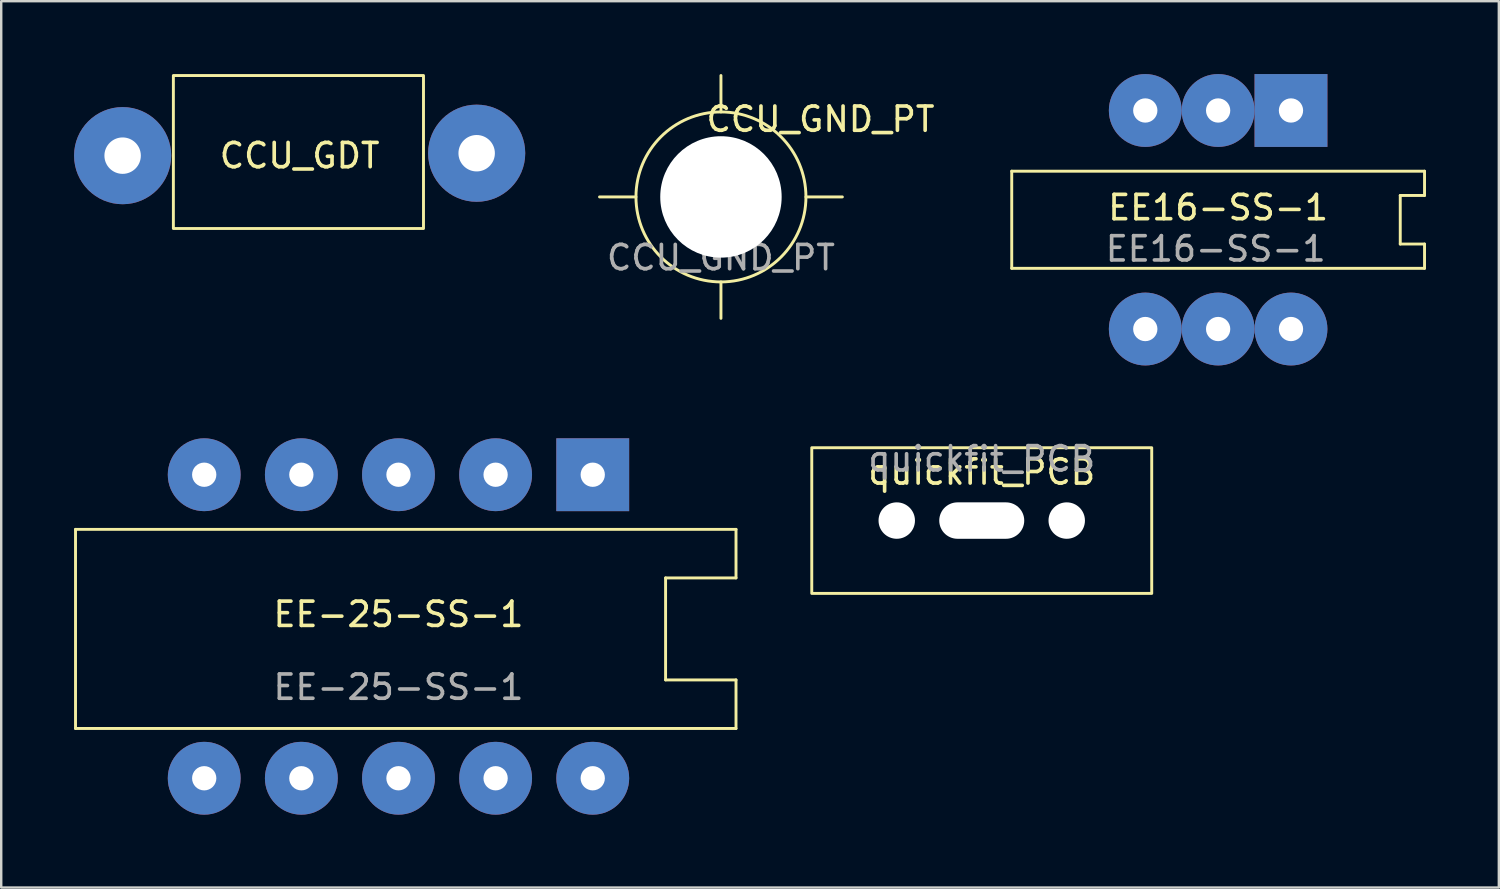
<source format=kicad_pcb>
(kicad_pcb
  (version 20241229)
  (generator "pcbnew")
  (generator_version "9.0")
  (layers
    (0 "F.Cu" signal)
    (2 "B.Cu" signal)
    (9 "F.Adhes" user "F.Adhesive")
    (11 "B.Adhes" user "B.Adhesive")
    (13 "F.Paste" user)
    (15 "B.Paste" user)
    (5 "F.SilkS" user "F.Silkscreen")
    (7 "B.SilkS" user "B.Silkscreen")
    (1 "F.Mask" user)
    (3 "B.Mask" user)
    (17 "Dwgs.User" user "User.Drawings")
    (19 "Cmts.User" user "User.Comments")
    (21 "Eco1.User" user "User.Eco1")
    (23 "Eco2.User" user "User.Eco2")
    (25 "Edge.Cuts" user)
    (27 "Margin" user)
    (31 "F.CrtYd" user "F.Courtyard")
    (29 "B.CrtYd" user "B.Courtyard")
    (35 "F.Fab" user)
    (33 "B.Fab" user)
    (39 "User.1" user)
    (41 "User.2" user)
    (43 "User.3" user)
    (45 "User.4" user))
  (footprint "CCU_GDT"
    (layer "F.Cu")
    (at 9.29 3.36)
    (property "Reference" "CCU_GDT" (at 0 0 0) (unlocked yes) (layer "F.SilkS") (effects (font (size 1 1) (thickness 0.15))))
    (attr through_hole)
    (fp_rect (start -5.2 -3.3) (end 5.1 3) (stroke (width 0.12) (type solid)) (fill no) (layer "F.SilkS"))
    (pad "1" thru_hole circle (at -7.29 0) (size 4 4) (drill 1.5) (layers "*.Cu" "*.Mask"))
    (pad "3" thru_hole circle (at 7.29 -0.1) (size 4 4) (drill 1.5) (layers "*.Cu" "*.Mask")))
  (footprint "CCU_GND_PT"
    (layer "F.Cu")
    (at 26.64 5.06)
    (property "Reference" "CCU_GND_PT" (at 4.1 -3.2 0) (unlocked yes) (layer "F.SilkS") (effects (font (size 1 1) (thickness 0.15))))
    (attr through_hole)
    (fp_line (start -3.5 0) (end -5 0) (stroke (width 0.12) (type solid)) (layer "F.SilkS"))
    (fp_line (start 0 -3.5) (end 0 -5) (stroke (width 0.12) (type solid)) (layer "F.SilkS"))
    (fp_line (start 0 3.5) (end 0 5) (stroke (width 0.12) (type solid)) (layer "F.SilkS"))
    (fp_line (start 3.5 0) (end 5 0) (stroke (width 0.12) (type solid)) (layer "F.SilkS"))
    (fp_circle (center 0 0) (end 3.5 0) (stroke (width 0.12) (type solid)) (fill no) (layer "F.SilkS"))
    (fp_text user "${REFERENCE}" (at 0 2.5 0) (unlocked yes) (layer "F.Fab") (effects (font (size 1 1) (thickness 0.15))))
    (pad "1" thru_hole circle (at 0 0) (size 7 7) (drill 5) (layers "*.Cu" "*.Mask") (remove_unused_layers yes) (zone_layer_connections)))
  (footprint "EE-25-SS-1"
    (layer "F.Cu")
    (at 13.36 22.75)
    (property "Reference" "EE-25-SS-1" (at 0 -0.5 0) (unlocked yes) (layer "F.SilkS") (effects (font (size 1 1) (thickness 0.15))))
    (attr through_hole)
    (fp_line (start -13.3 -4) (end -13.3 4.2) (stroke (width 0.12) (type solid)) (layer "F.SilkS"))
    (fp_line (start -13.3 4.2) (end 13.9 4.2) (stroke (width 0.12) (type solid)) (layer "F.SilkS"))
    (fp_line (start 11 -2) (end 13.9 -2) (stroke (width 0.12) (type solid)) (layer "F.SilkS"))
    (fp_line (start 11 2.2) (end 11 -2) (stroke (width 0.12) (type solid)) (layer "F.SilkS"))
    (fp_line (start 13.9 -4) (end -13.3 -4) (stroke (width 0.12) (type solid)) (layer "F.SilkS"))
    (fp_line (start 13.9 -4) (end 13.9 -2) (stroke (width 0.12) (type solid)) (layer "F.SilkS"))
    (fp_line (start 13.9 2.2) (end 11 2.2) (stroke (width 0.12) (type solid)) (layer "F.SilkS"))
    (fp_line (start 13.9 4.2) (end 13.9 2.2) (stroke (width 0.12) (type solid)) (layer "F.SilkS"))
    (fp_text user "${REFERENCE}" (at 0 2.5 0) (unlocked yes) (layer "F.Fab") (effects (font (size 1 1) (thickness 0.15))))
    (pad "1" thru_hole circle (at -8 -6.25) (size 3 3) (drill 1) (layers "*.Cu" "*.Mask"))
    (pad "1" thru_hole circle (at -4 -6.25) (size 3 3) (drill 1) (layers "*.Cu" "*.Mask"))
    (pad "1" thru_hole circle (at 0 -6.25) (size 3 3) (drill 1) (layers "*.Cu" "*.Mask"))
    (pad "1" thru_hole circle (at 4 -6.25) (size 3 3) (drill 1) (layers "*.Cu" "*.Mask"))
    (pad "1" thru_hole rect (at 8 -6.25) (size 3 3) (drill 1) (layers "*.Cu" "*.Mask"))
    (pad "2" thru_hole circle (at -8 6.25) (size 3 3) (drill 1) (layers "*.Cu" "*.Mask"))
    (pad "2" thru_hole circle (at -4 6.25) (size 3 3) (drill 1) (layers "*.Cu" "*.Mask"))
    (pad "2" thru_hole circle (at 0 6.25) (size 3 3) (drill 1) (layers "*.Cu" "*.Mask"))
    (pad "2" thru_hole circle (at 4 6.25) (size 3 3) (drill 1) (layers "*.Cu" "*.Mask"))
    (pad "2" thru_hole circle (at 8 6.25) (size 3 3) (drill 1) (layers "*.Cu" "*.Mask")))
  (footprint "EE16-SS-1"
    (layer "F.Cu")
    (at 47.115 6)
    (property "Reference" "EE16-SS-1" (at 0 -0.5 0) (unlocked yes) (layer "F.SilkS") (effects (font (size 1 1) (thickness 0.15))))
    (attr through_hole)
    (fp_line (start -8.5 -2) (end 8.5 -2) (stroke (width 0.12) (type solid)) (layer "F.SilkS"))
    (fp_line (start -8.5 2) (end -8.5 -2) (stroke (width 0.12) (type solid)) (layer "F.SilkS"))
    (fp_line (start 7.5 -1) (end 7.5 1) (stroke (width 0.12) (type solid)) (layer "F.SilkS"))
    (fp_line (start 8.5 -2) (end 8.5 -1) (stroke (width 0.12) (type solid)) (layer "F.SilkS"))
    (fp_line (start 8.5 -1) (end 7.5 -1) (stroke (width 0.12) (type solid)) (layer "F.SilkS"))
    (fp_line (start 8.5 1) (end 7.5 1) (stroke (width 0.12) (type solid)) (layer "F.SilkS"))
    (fp_line (start 8.5 2) (end -8.5 2) (stroke (width 0.12) (type solid)) (layer "F.SilkS"))
    (fp_line (start 8.5 2) (end 8.5 1) (stroke (width 0.12) (type solid)) (layer "F.SilkS"))
    (fp_text user "${REFERENCE}" (at -0.1 1.2 0) (unlocked yes) (layer "F.Fab") (effects (font (size 1 1) (thickness 0.15))))
    (pad "1" thru_hole circle (at -3 -4.5) (size 3 3) (drill 1) (layers "*.Cu" "*.Mask"))
    (pad "1" thru_hole circle (at 0 -4.5) (size 3 3) (drill 1) (layers "*.Cu" "*.Mask"))
    (pad "1" thru_hole rect (at 3 -4.5) (size 3 3) (drill 1) (layers "*.Cu" "*.Mask"))
    (pad "2" thru_hole circle (at -3 4.5) (size 3 3) (drill 1) (layers "*.Cu" "*.Mask"))
    (pad "2" thru_hole circle (at 0 4.5) (size 3 3) (drill 1) (layers "*.Cu" "*.Mask"))
    (pad "2" thru_hole circle (at 3 4.5) (size 3 3) (drill 1) (layers "*.Cu" "*.Mask")))
  (footprint "quickfit_PCB"
    (layer "F.Cu")
    (at 37.38 18.388)
    (property "Reference" "quickfit_PCB" (at 0 -2 0) (unlocked yes) (layer "F.SilkS") (effects (font (size 1 1) (thickness 0.15))))
    (attr through_hole)
    (fp_rect (start -7 3) (end 7 -3) (stroke (width 0.12) (type solid)) (fill no) (layer "F.SilkS"))
    (fp_rect (start -6.25 -2.75) (end 6.25 2.75) (stroke (width 0.2) (type solid)) (fill yes) (layer "B.Paste"))
    (fp_text user "${REFERENCE}" (at 0 -2.54 0) (unlocked yes) (layer "F.Fab") (effects (font (size 1 1) (thickness 0.15))))
    (pad "1" thru_hole circle (at -3.5 0) (size 2 2) (drill 1.5) (layers "*.Cu" "*.Mask") (remove_unused_layers yes) (zone_layer_connections))
    (pad "1" thru_hole roundrect (at 0 0) (size 4 2) (drill oval 3.5 1.5) (layers "*.Cu" "*.Mask") (remove_unused_layers yes) (zone_layer_connections) (roundrect_rratio 0.25))
    (pad "1" thru_hole circle (at 3.5 0) (size 2 2) (drill 1.5) (layers "*.Cu" "*.Mask") (remove_unused_layers yes) (zone_layer_connections)))
  (gr_rect
    (start -3 -3)
    (end 58.675 33.5)
    (stroke (width 0.1) (type default))
    (fill no)
    (layer "Edge.Cuts")))
</source>
